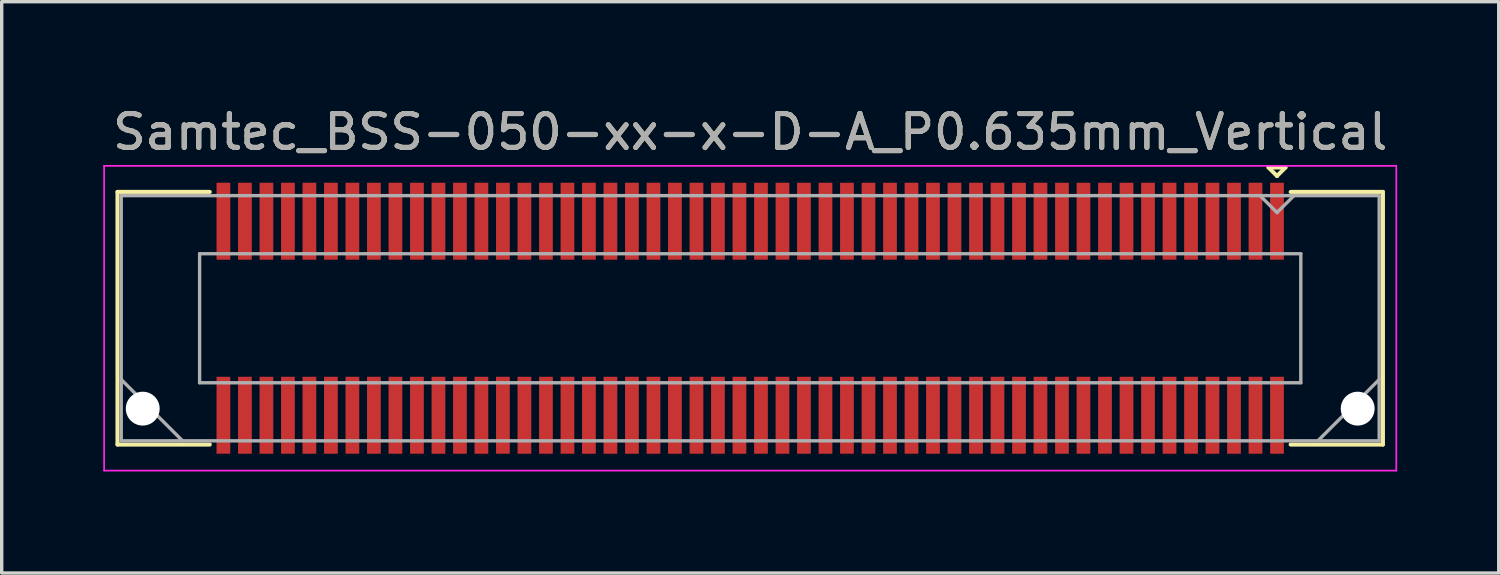
<source format=kicad_pcb>
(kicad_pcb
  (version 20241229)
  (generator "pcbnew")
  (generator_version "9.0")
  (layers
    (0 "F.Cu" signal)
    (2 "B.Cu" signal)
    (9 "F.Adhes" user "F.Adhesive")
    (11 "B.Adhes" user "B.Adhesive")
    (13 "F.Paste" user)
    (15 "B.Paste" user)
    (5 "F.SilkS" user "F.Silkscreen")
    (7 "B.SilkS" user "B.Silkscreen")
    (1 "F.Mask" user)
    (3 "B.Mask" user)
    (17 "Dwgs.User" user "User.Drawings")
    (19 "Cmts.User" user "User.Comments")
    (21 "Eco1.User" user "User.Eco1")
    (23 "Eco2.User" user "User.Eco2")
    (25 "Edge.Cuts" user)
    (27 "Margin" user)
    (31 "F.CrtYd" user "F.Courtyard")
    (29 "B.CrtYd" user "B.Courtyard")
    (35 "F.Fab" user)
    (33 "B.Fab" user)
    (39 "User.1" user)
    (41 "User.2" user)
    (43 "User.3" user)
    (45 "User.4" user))
  (footprint "Samtec_BSS-050-xx-x-D-A_P0.635mm_Vertical"
    (layer "F.Cu")
    (at 19.105 6.348)
    (property "Reference" "Samtec_BSS-050-xx-x-D-A_P0.635mm_Vertical" (at 0 -5.5 0) (layer "F.SilkS") (effects (font (size 1 1) (thickness 0.15))))
    (attr smd)
    (fp_line (start -18.685 -3.73) (end -15.96 -3.73) (stroke (width 0.12) (type solid)) (layer "F.SilkS"))
    (fp_line (start -18.685 3.73) (end -18.685 -3.73) (stroke (width 0.12) (type solid)) (layer "F.SilkS"))
    (fp_line (start -15.96 3.73) (end -18.685 3.73) (stroke (width 0.12) (type solid)) (layer "F.SilkS"))
    (fp_line (start 15.307 -4.452) (end 15.807 -4.452) (stroke (width 0.12) (type solid)) (layer "F.SilkS"))
    (fp_line (start 15.557 -4.202) (end 15.307 -4.452) (stroke (width 0.12) (type solid)) (layer "F.SilkS"))
    (fp_line (start 15.807 -4.452) (end 15.557 -4.202) (stroke (width 0.12) (type solid)) (layer "F.SilkS"))
    (fp_line (start 15.96 3.73) (end 18.685 3.73) (stroke (width 0.12) (type solid)) (layer "F.SilkS"))
    (fp_line (start 18.685 -3.73) (end 15.96 -3.73) (stroke (width 0.12) (type solid)) (layer "F.SilkS"))
    (fp_line (start 18.685 3.73) (end 18.685 -3.73) (stroke (width 0.12) (type solid)) (layer "F.SilkS"))
    (fp_line (start -19.08 -4.5) (end -19.08 4.5) (stroke (width 0.05) (type solid)) (layer "F.CrtYd"))
    (fp_line (start -19.08 4.5) (end 19.08 4.5) (stroke (width 0.05) (type solid)) (layer "F.CrtYd"))
    (fp_line (start 19.08 -4.5) (end -19.08 -4.5) (stroke (width 0.05) (type solid)) (layer "F.CrtYd"))
    (fp_line (start 19.08 4.5) (end 19.08 -4.5) (stroke (width 0.05) (type solid)) (layer "F.CrtYd"))
    (fp_line (start -18.575 -3.62) (end -18.575 3.62) (stroke (width 0.1) (type solid)) (layer "F.Fab"))
    (fp_line (start -18.575 1.81) (end -16.765 3.62) (stroke (width 0.1) (type solid)) (layer "F.Fab"))
    (fp_line (start -18.575 3.62) (end 18.575 3.62) (stroke (width 0.1) (type solid)) (layer "F.Fab"))
    (fp_line (start -16.26 -1.905) (end -16.26 1.905) (stroke (width 0.1) (type solid)) (layer "F.Fab"))
    (fp_line (start -16.26 1.905) (end 16.26 1.905) (stroke (width 0.1) (type solid)) (layer "F.Fab"))
    (fp_line (start 15.557 -3.12) (end 15.057 -3.62) (stroke (width 0.1) (type solid)) (layer "F.Fab"))
    (fp_line (start 16.058 -3.62) (end 15.557 -3.12) (stroke (width 0.1) (type solid)) (layer "F.Fab"))
    (fp_line (start 16.26 -1.905) (end -16.26 -1.905) (stroke (width 0.1) (type solid)) (layer "F.Fab"))
    (fp_line (start 16.26 1.905) (end 16.26 -1.905) (stroke (width 0.1) (type solid)) (layer "F.Fab"))
    (fp_line (start 18.575 -3.62) (end -18.575 -3.62) (stroke (width 0.1) (type solid)) (layer "F.Fab"))
    (fp_line (start 18.575 1.81) (end 16.765 3.62) (stroke (width 0.1) (type solid)) (layer "F.Fab"))
    (fp_line (start 18.575 3.62) (end 18.575 -3.62) (stroke (width 0.1) (type solid)) (layer "F.Fab"))
    (fp_text user "${REFERENCE}" (at 0 -5.5 0) (layer "F.Fab") (effects (font (size 1 1) (thickness 0.15))))
    (pad "" np_thru_hole circle (at -17.94 2.67) (size 1 1) (drill 1) (layers "*.Cu" "*.Mask"))
    (pad "" np_thru_hole circle (at 17.94 2.67) (size 1 1) (drill 1) (layers "*.Cu" "*.Mask"))
    (pad "1" smd rect (at 15.557 -2.865) (size 0.406 2.273) (layers "F.Cu" "F.Mask" "F.Paste"))
    (pad "2" smd rect (at 15.557 2.865) (size 0.406 2.273) (layers "F.Cu" "F.Mask" "F.Paste"))
    (pad "3" smd rect (at 14.922 -2.865) (size 0.406 2.273) (layers "F.Cu" "F.Mask" "F.Paste"))
    (pad "4" smd rect (at 14.922 2.865) (size 0.406 2.273) (layers "F.Cu" "F.Mask" "F.Paste"))
    (pad "5" smd rect (at 14.287 -2.865) (size 0.406 2.273) (layers "F.Cu" "F.Mask" "F.Paste"))
    (pad "6" smd rect (at 14.287 2.865) (size 0.406 2.273) (layers "F.Cu" "F.Mask" "F.Paste"))
    (pad "7" smd rect (at 13.652 -2.865) (size 0.406 2.273) (layers "F.Cu" "F.Mask" "F.Paste"))
    (pad "8" smd rect (at 13.652 2.865) (size 0.406 2.273) (layers "F.Cu" "F.Mask" "F.Paste"))
    (pad "9" smd rect (at 13.018 -2.865) (size 0.406 2.273) (layers "F.Cu" "F.Mask" "F.Paste"))
    (pad "10" smd rect (at 13.018 2.865) (size 0.406 2.273) (layers "F.Cu" "F.Mask" "F.Paste"))
    (pad "11" smd rect (at 12.383 -2.865) (size 0.406 2.273) (layers "F.Cu" "F.Mask" "F.Paste"))
    (pad "12" smd rect (at 12.383 2.865) (size 0.406 2.273) (layers "F.Cu" "F.Mask" "F.Paste"))
    (pad "13" smd rect (at 11.748 -2.865) (size 0.406 2.273) (layers "F.Cu" "F.Mask" "F.Paste"))
    (pad "14" smd rect (at 11.748 2.865) (size 0.406 2.273) (layers "F.Cu" "F.Mask" "F.Paste"))
    (pad "15" smd rect (at 11.113 -2.865) (size 0.406 2.273) (layers "F.Cu" "F.Mask" "F.Paste"))
    (pad "16" smd rect (at 11.113 2.865) (size 0.406 2.273) (layers "F.Cu" "F.Mask" "F.Paste"))
    (pad "17" smd rect (at 10.477 -2.865) (size 0.406 2.273) (layers "F.Cu" "F.Mask" "F.Paste"))
    (pad "18" smd rect (at 10.477 2.865) (size 0.406 2.273) (layers "F.Cu" "F.Mask" "F.Paste"))
    (pad "19" smd rect (at 9.842 -2.865) (size 0.406 2.273) (layers "F.Cu" "F.Mask" "F.Paste"))
    (pad "20" smd rect (at 9.842 2.865) (size 0.406 2.273) (layers "F.Cu" "F.Mask" "F.Paste"))
    (pad "21" smd rect (at 9.207 -2.865) (size 0.406 2.273) (layers "F.Cu" "F.Mask" "F.Paste"))
    (pad "22" smd rect (at 9.207 2.865) (size 0.406 2.273) (layers "F.Cu" "F.Mask" "F.Paste"))
    (pad "23" smd rect (at 8.572 -2.865) (size 0.406 2.273) (layers "F.Cu" "F.Mask" "F.Paste"))
    (pad "24" smd rect (at 8.572 2.865) (size 0.406 2.273) (layers "F.Cu" "F.Mask" "F.Paste"))
    (pad "25" smd rect (at 7.938 -2.865) (size 0.406 2.273) (layers "F.Cu" "F.Mask" "F.Paste"))
    (pad "26" smd rect (at 7.938 2.865) (size 0.406 2.273) (layers "F.Cu" "F.Mask" "F.Paste"))
    (pad "27" smd rect (at 7.303 -2.865) (size 0.406 2.273) (layers "F.Cu" "F.Mask" "F.Paste"))
    (pad "28" smd rect (at 7.303 2.865) (size 0.406 2.273) (layers "F.Cu" "F.Mask" "F.Paste"))
    (pad "29" smd rect (at 6.668 -2.865) (size 0.406 2.273) (layers "F.Cu" "F.Mask" "F.Paste"))
    (pad "30" smd rect (at 6.668 2.865) (size 0.406 2.273) (layers "F.Cu" "F.Mask" "F.Paste"))
    (pad "31" smd rect (at 6.032 -2.865) (size 0.406 2.273) (layers "F.Cu" "F.Mask" "F.Paste"))
    (pad "32" smd rect (at 6.032 2.865) (size 0.406 2.273) (layers "F.Cu" "F.Mask" "F.Paste"))
    (pad "33" smd rect (at 5.397 -2.865) (size 0.406 2.273) (layers "F.Cu" "F.Mask" "F.Paste"))
    (pad "34" smd rect (at 5.397 2.865) (size 0.406 2.273) (layers "F.Cu" "F.Mask" "F.Paste"))
    (pad "35" smd rect (at 4.763 -2.865) (size 0.406 2.273) (layers "F.Cu" "F.Mask" "F.Paste"))
    (pad "36" smd rect (at 4.763 2.865) (size 0.406 2.273) (layers "F.Cu" "F.Mask" "F.Paste"))
    (pad "37" smd rect (at 4.128 -2.865) (size 0.406 2.273) (layers "F.Cu" "F.Mask" "F.Paste"))
    (pad "38" smd rect (at 4.128 2.865) (size 0.406 2.273) (layers "F.Cu" "F.Mask" "F.Paste"))
    (pad "39" smd rect (at 3.493 -2.865) (size 0.406 2.273) (layers "F.Cu" "F.Mask" "F.Paste"))
    (pad "40" smd rect (at 3.493 2.865) (size 0.406 2.273) (layers "F.Cu" "F.Mask" "F.Paste"))
    (pad "41" smd rect (at 2.857 -2.865) (size 0.406 2.273) (layers "F.Cu" "F.Mask" "F.Paste"))
    (pad "42" smd rect (at 2.857 2.865) (size 0.406 2.273) (layers "F.Cu" "F.Mask" "F.Paste"))
    (pad "43" smd rect (at 2.223 -2.865) (size 0.406 2.273) (layers "F.Cu" "F.Mask" "F.Paste"))
    (pad "44" smd rect (at 2.223 2.865) (size 0.406 2.273) (layers "F.Cu" "F.Mask" "F.Paste"))
    (pad "45" smd rect (at 1.587 -2.865) (size 0.406 2.273) (layers "F.Cu" "F.Mask" "F.Paste"))
    (pad "46" smd rect (at 1.587 2.865) (size 0.406 2.273) (layers "F.Cu" "F.Mask" "F.Paste"))
    (pad "47" smd rect (at 0.953 -2.865) (size 0.406 2.273) (layers "F.Cu" "F.Mask" "F.Paste"))
    (pad "48" smd rect (at 0.953 2.865) (size 0.406 2.273) (layers "F.Cu" "F.Mask" "F.Paste"))
    (pad "49" smd rect (at 0.318 -2.865) (size 0.406 2.273) (layers "F.Cu" "F.Mask" "F.Paste"))
    (pad "50" smd rect (at 0.318 2.865) (size 0.406 2.273) (layers "F.Cu" "F.Mask" "F.Paste"))
    (pad "51" smd rect (at -0.318 -2.865) (size 0.406 2.273) (layers "F.Cu" "F.Mask" "F.Paste"))
    (pad "52" smd rect (at -0.318 2.865) (size 0.406 2.273) (layers "F.Cu" "F.Mask" "F.Paste"))
    (pad "53" smd rect (at -0.953 -2.865) (size 0.406 2.273) (layers "F.Cu" "F.Mask" "F.Paste"))
    (pad "54" smd rect (at -0.953 2.865) (size 0.406 2.273) (layers "F.Cu" "F.Mask" "F.Paste"))
    (pad "55" smd rect (at -1.587 -2.865) (size 0.406 2.273) (layers "F.Cu" "F.Mask" "F.Paste"))
    (pad "56" smd rect (at -1.587 2.865) (size 0.406 2.273) (layers "F.Cu" "F.Mask" "F.Paste"))
    (pad "57" smd rect (at -2.223 -2.865) (size 0.406 2.273) (layers "F.Cu" "F.Mask" "F.Paste"))
    (pad "58" smd rect (at -2.223 2.865) (size 0.406 2.273) (layers "F.Cu" "F.Mask" "F.Paste"))
    (pad "59" smd rect (at -2.857 -2.865) (size 0.406 2.273) (layers "F.Cu" "F.Mask" "F.Paste"))
    (pad "60" smd rect (at -2.857 2.865) (size 0.406 2.273) (layers "F.Cu" "F.Mask" "F.Paste"))
    (pad "61" smd rect (at -3.493 -2.865) (size 0.406 2.273) (layers "F.Cu" "F.Mask" "F.Paste"))
    (pad "62" smd rect (at -3.493 2.865) (size 0.406 2.273) (layers "F.Cu" "F.Mask" "F.Paste"))
    (pad "63" smd rect (at -4.128 -2.865) (size 0.406 2.273) (layers "F.Cu" "F.Mask" "F.Paste"))
    (pad "64" smd rect (at -4.128 2.865) (size 0.406 2.273) (layers "F.Cu" "F.Mask" "F.Paste"))
    (pad "65" smd rect (at -4.763 -2.865) (size 0.406 2.273) (layers "F.Cu" "F.Mask" "F.Paste"))
    (pad "66" smd rect (at -4.763 2.865) (size 0.406 2.273) (layers "F.Cu" "F.Mask" "F.Paste"))
    (pad "67" smd rect (at -5.397 -2.865) (size 0.406 2.273) (layers "F.Cu" "F.Mask" "F.Paste"))
    (pad "68" smd rect (at -5.397 2.865) (size 0.406 2.273) (layers "F.Cu" "F.Mask" "F.Paste"))
    (pad "69" smd rect (at -6.032 -2.865) (size 0.406 2.273) (layers "F.Cu" "F.Mask" "F.Paste"))
    (pad "70" smd rect (at -6.032 2.865) (size 0.406 2.273) (layers "F.Cu" "F.Mask" "F.Paste"))
    (pad "71" smd rect (at -6.668 -2.865) (size 0.406 2.273) (layers "F.Cu" "F.Mask" "F.Paste"))
    (pad "72" smd rect (at -6.668 2.865) (size 0.406 2.273) (layers "F.Cu" "F.Mask" "F.Paste"))
    (pad "73" smd rect (at -7.303 -2.865) (size 0.406 2.273) (layers "F.Cu" "F.Mask" "F.Paste"))
    (pad "74" smd rect (at -7.303 2.865) (size 0.406 2.273) (layers "F.Cu" "F.Mask" "F.Paste"))
    (pad "75" smd rect (at -7.938 -2.865) (size 0.406 2.273) (layers "F.Cu" "F.Mask" "F.Paste"))
    (pad "76" smd rect (at -7.938 2.865) (size 0.406 2.273) (layers "F.Cu" "F.Mask" "F.Paste"))
    (pad "77" smd rect (at -8.572 -2.865) (size 0.406 2.273) (layers "F.Cu" "F.Mask" "F.Paste"))
    (pad "78" smd rect (at -8.572 2.865) (size 0.406 2.273) (layers "F.Cu" "F.Mask" "F.Paste"))
    (pad "79" smd rect (at -9.207 -2.865) (size 0.406 2.273) (layers "F.Cu" "F.Mask" "F.Paste"))
    (pad "80" smd rect (at -9.207 2.865) (size 0.406 2.273) (layers "F.Cu" "F.Mask" "F.Paste"))
    (pad "81" smd rect (at -9.842 -2.865) (size 0.406 2.273) (layers "F.Cu" "F.Mask" "F.Paste"))
    (pad "82" smd rect (at -9.842 2.865) (size 0.406 2.273) (layers "F.Cu" "F.Mask" "F.Paste"))
    (pad "83" smd rect (at -10.477 -2.865) (size 0.406 2.273) (layers "F.Cu" "F.Mask" "F.Paste"))
    (pad "84" smd rect (at -10.477 2.865) (size 0.406 2.273) (layers "F.Cu" "F.Mask" "F.Paste"))
    (pad "85" smd rect (at -11.113 -2.865) (size 0.406 2.273) (layers "F.Cu" "F.Mask" "F.Paste"))
    (pad "86" smd rect (at -11.113 2.865) (size 0.406 2.273) (layers "F.Cu" "F.Mask" "F.Paste"))
    (pad "87" smd rect (at -11.748 -2.865) (size 0.406 2.273) (layers "F.Cu" "F.Mask" "F.Paste"))
    (pad "88" smd rect (at -11.748 2.865) (size 0.406 2.273) (layers "F.Cu" "F.Mask" "F.Paste"))
    (pad "89" smd rect (at -12.383 -2.865) (size 0.406 2.273) (layers "F.Cu" "F.Mask" "F.Paste"))
    (pad "90" smd rect (at -12.383 2.865) (size 0.406 2.273) (layers "F.Cu" "F.Mask" "F.Paste"))
    (pad "91" smd rect (at -13.018 -2.865) (size 0.406 2.273) (layers "F.Cu" "F.Mask" "F.Paste"))
    (pad "92" smd rect (at -13.018 2.865) (size 0.406 2.273) (layers "F.Cu" "F.Mask" "F.Paste"))
    (pad "93" smd rect (at -13.652 -2.865) (size 0.406 2.273) (layers "F.Cu" "F.Mask" "F.Paste"))
    (pad "94" smd rect (at -13.652 2.865) (size 0.406 2.273) (layers "F.Cu" "F.Mask" "F.Paste"))
    (pad "95" smd rect (at -14.287 -2.865) (size 0.406 2.273) (layers "F.Cu" "F.Mask" "F.Paste"))
    (pad "96" smd rect (at -14.287 2.865) (size 0.406 2.273) (layers "F.Cu" "F.Mask" "F.Paste"))
    (pad "97" smd rect (at -14.922 -2.865) (size 0.406 2.273) (layers "F.Cu" "F.Mask" "F.Paste"))
    (pad "98" smd rect (at -14.922 2.865) (size 0.406 2.273) (layers "F.Cu" "F.Mask" "F.Paste"))
    (pad "99" smd rect (at -15.557 -2.865) (size 0.406 2.273) (layers "F.Cu" "F.Mask" "F.Paste"))
    (pad "100" smd rect (at -15.557 2.865) (size 0.406 2.273) (layers "F.Cu" "F.Mask" "F.Paste")))
  (gr_rect
    (start -3 -3)
    (end 41.21 13.873)
    (stroke (width 0.1) (type default))
    (fill no)
    (layer "Edge.Cuts")))
</source>
